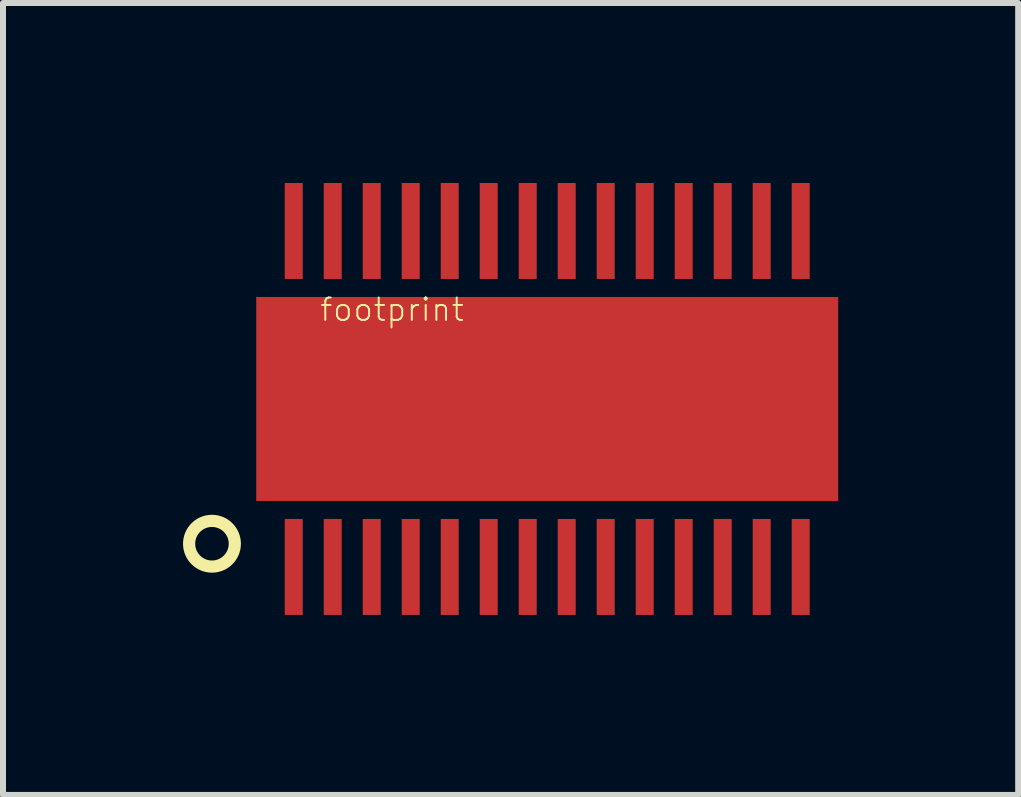
<source format=kicad_pcb>
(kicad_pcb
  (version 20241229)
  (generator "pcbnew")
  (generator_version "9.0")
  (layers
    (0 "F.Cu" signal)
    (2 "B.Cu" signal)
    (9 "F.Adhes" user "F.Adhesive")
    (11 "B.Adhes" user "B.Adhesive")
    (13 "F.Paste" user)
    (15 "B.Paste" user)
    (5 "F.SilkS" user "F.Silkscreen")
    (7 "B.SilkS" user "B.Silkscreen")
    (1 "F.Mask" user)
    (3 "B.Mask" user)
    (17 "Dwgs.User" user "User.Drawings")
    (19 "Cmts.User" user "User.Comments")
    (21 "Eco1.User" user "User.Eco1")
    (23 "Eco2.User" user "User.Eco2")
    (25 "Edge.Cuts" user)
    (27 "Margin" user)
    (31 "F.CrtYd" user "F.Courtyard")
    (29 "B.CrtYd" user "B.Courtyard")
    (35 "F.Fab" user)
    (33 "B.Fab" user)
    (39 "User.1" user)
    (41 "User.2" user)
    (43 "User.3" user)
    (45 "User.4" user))
  (footprint "footprint"
    (layer "F.Cu")
    (at 6.071 3.6)
    (property "Reference" "footprint" (at -3.81 -1.27 0) (layer "F.SilkS") (effects (font (size 0.374 0.374) (thickness 0.033)) (justify left bottom)))
    (fp_circle (center -5.588 2.413) (end -5.207 2.413) (stroke (width 0.203) (type solid)) (fill no) (layer "F.SilkS"))
    (pad "1" smd rect (at -4.225 2.8 90) (size 1.6 0.3) (layers "F.Cu" "F.Mask" "F.Paste"))
    (pad "2" smd rect (at -3.575 2.8 90) (size 1.6 0.3) (layers "F.Cu" "F.Mask" "F.Paste"))
    (pad "3" smd rect (at -2.925 2.8 90) (size 1.6 0.3) (layers "F.Cu" "F.Mask" "F.Paste"))
    (pad "4" smd rect (at -2.275 2.8 90) (size 1.6 0.3) (layers "F.Cu" "F.Mask" "F.Paste"))
    (pad "5" smd rect (at -1.625 2.8 90) (size 1.6 0.3) (layers "F.Cu" "F.Mask" "F.Paste"))
    (pad "6" smd rect (at -0.975 2.8 90) (size 1.6 0.3) (layers "F.Cu" "F.Mask" "F.Paste"))
    (pad "7" smd rect (at -0.325 2.8 90) (size 1.6 0.3) (layers "F.Cu" "F.Mask" "F.Paste"))
    (pad "8" smd rect (at 0.325 2.8 90) (size 1.6 0.3) (layers "F.Cu" "F.Mask" "F.Paste"))
    (pad "9" smd rect (at 0.975 2.8 90) (size 1.6 0.3) (layers "F.Cu" "F.Mask" "F.Paste"))
    (pad "10" smd rect (at 1.625 2.8 90) (size 1.6 0.3) (layers "F.Cu" "F.Mask" "F.Paste"))
    (pad "11" smd rect (at 2.275 2.8 90) (size 1.6 0.3) (layers "F.Cu" "F.Mask" "F.Paste"))
    (pad "12" smd rect (at 2.925 2.8 90) (size 1.6 0.3) (layers "F.Cu" "F.Mask" "F.Paste"))
    (pad "13" smd rect (at 3.575 2.8 90) (size 1.6 0.3) (layers "F.Cu" "F.Mask" "F.Paste"))
    (pad "14" smd rect (at 4.225 2.8 90) (size 1.6 0.3) (layers "F.Cu" "F.Mask" "F.Paste"))
    (pad "15" smd rect (at 4.225 -2.8 90) (size 1.6 0.3) (layers "F.Cu" "F.Mask" "F.Paste"))
    (pad "16" smd rect (at 3.575 -2.8 90) (size 1.6 0.3) (layers "F.Cu" "F.Mask" "F.Paste"))
    (pad "17" smd rect (at 2.925 -2.8 90) (size 1.6 0.3) (layers "F.Cu" "F.Mask" "F.Paste"))
    (pad "18" smd rect (at 2.275 -2.8 90) (size 1.6 0.3) (layers "F.Cu" "F.Mask" "F.Paste"))
    (pad "19" smd rect (at 1.625 -2.8 90) (size 1.6 0.3) (layers "F.Cu" "F.Mask" "F.Paste"))
    (pad "20" smd rect (at 0.975 -2.8 90) (size 1.6 0.3) (layers "F.Cu" "F.Mask" "F.Paste"))
    (pad "21" smd rect (at 0.325 -2.8 90) (size 1.6 0.3) (layers "F.Cu" "F.Mask" "F.Paste"))
    (pad "22" smd rect (at -0.325 -2.8 90) (size 1.6 0.3) (layers "F.Cu" "F.Mask" "F.Paste"))
    (pad "23" smd rect (at -0.975 -2.8 90) (size 1.6 0.3) (layers "F.Cu" "F.Mask" "F.Paste"))
    (pad "24" smd rect (at -1.625 -2.8 90) (size 1.6 0.3) (layers "F.Cu" "F.Mask" "F.Paste"))
    (pad "25" smd rect (at -2.275 -2.8 90) (size 1.6 0.3) (layers "F.Cu" "F.Mask" "F.Paste"))
    (pad "26" smd rect (at -2.925 -2.8 90) (size 1.6 0.3) (layers "F.Cu" "F.Mask" "F.Paste"))
    (pad "27" smd rect (at -3.575 -2.8 90) (size 1.6 0.3) (layers "F.Cu" "F.Mask" "F.Paste"))
    (pad "28" smd rect (at -4.225 -2.8 90) (size 1.6 0.3) (layers "F.Cu" "F.Mask" "F.Paste"))
    (pad "PAD" smd rect (at 0 0 90) (size 3.4 9.7) (layers "F.Cu" "F.Mask" "F.Paste")))
  (gr_rect
    (start -3 -3)
    (end 13.921 10.2)
    (stroke (width 0.1) (type default))
    (fill no)
    (layer "Edge.Cuts")))
</source>
